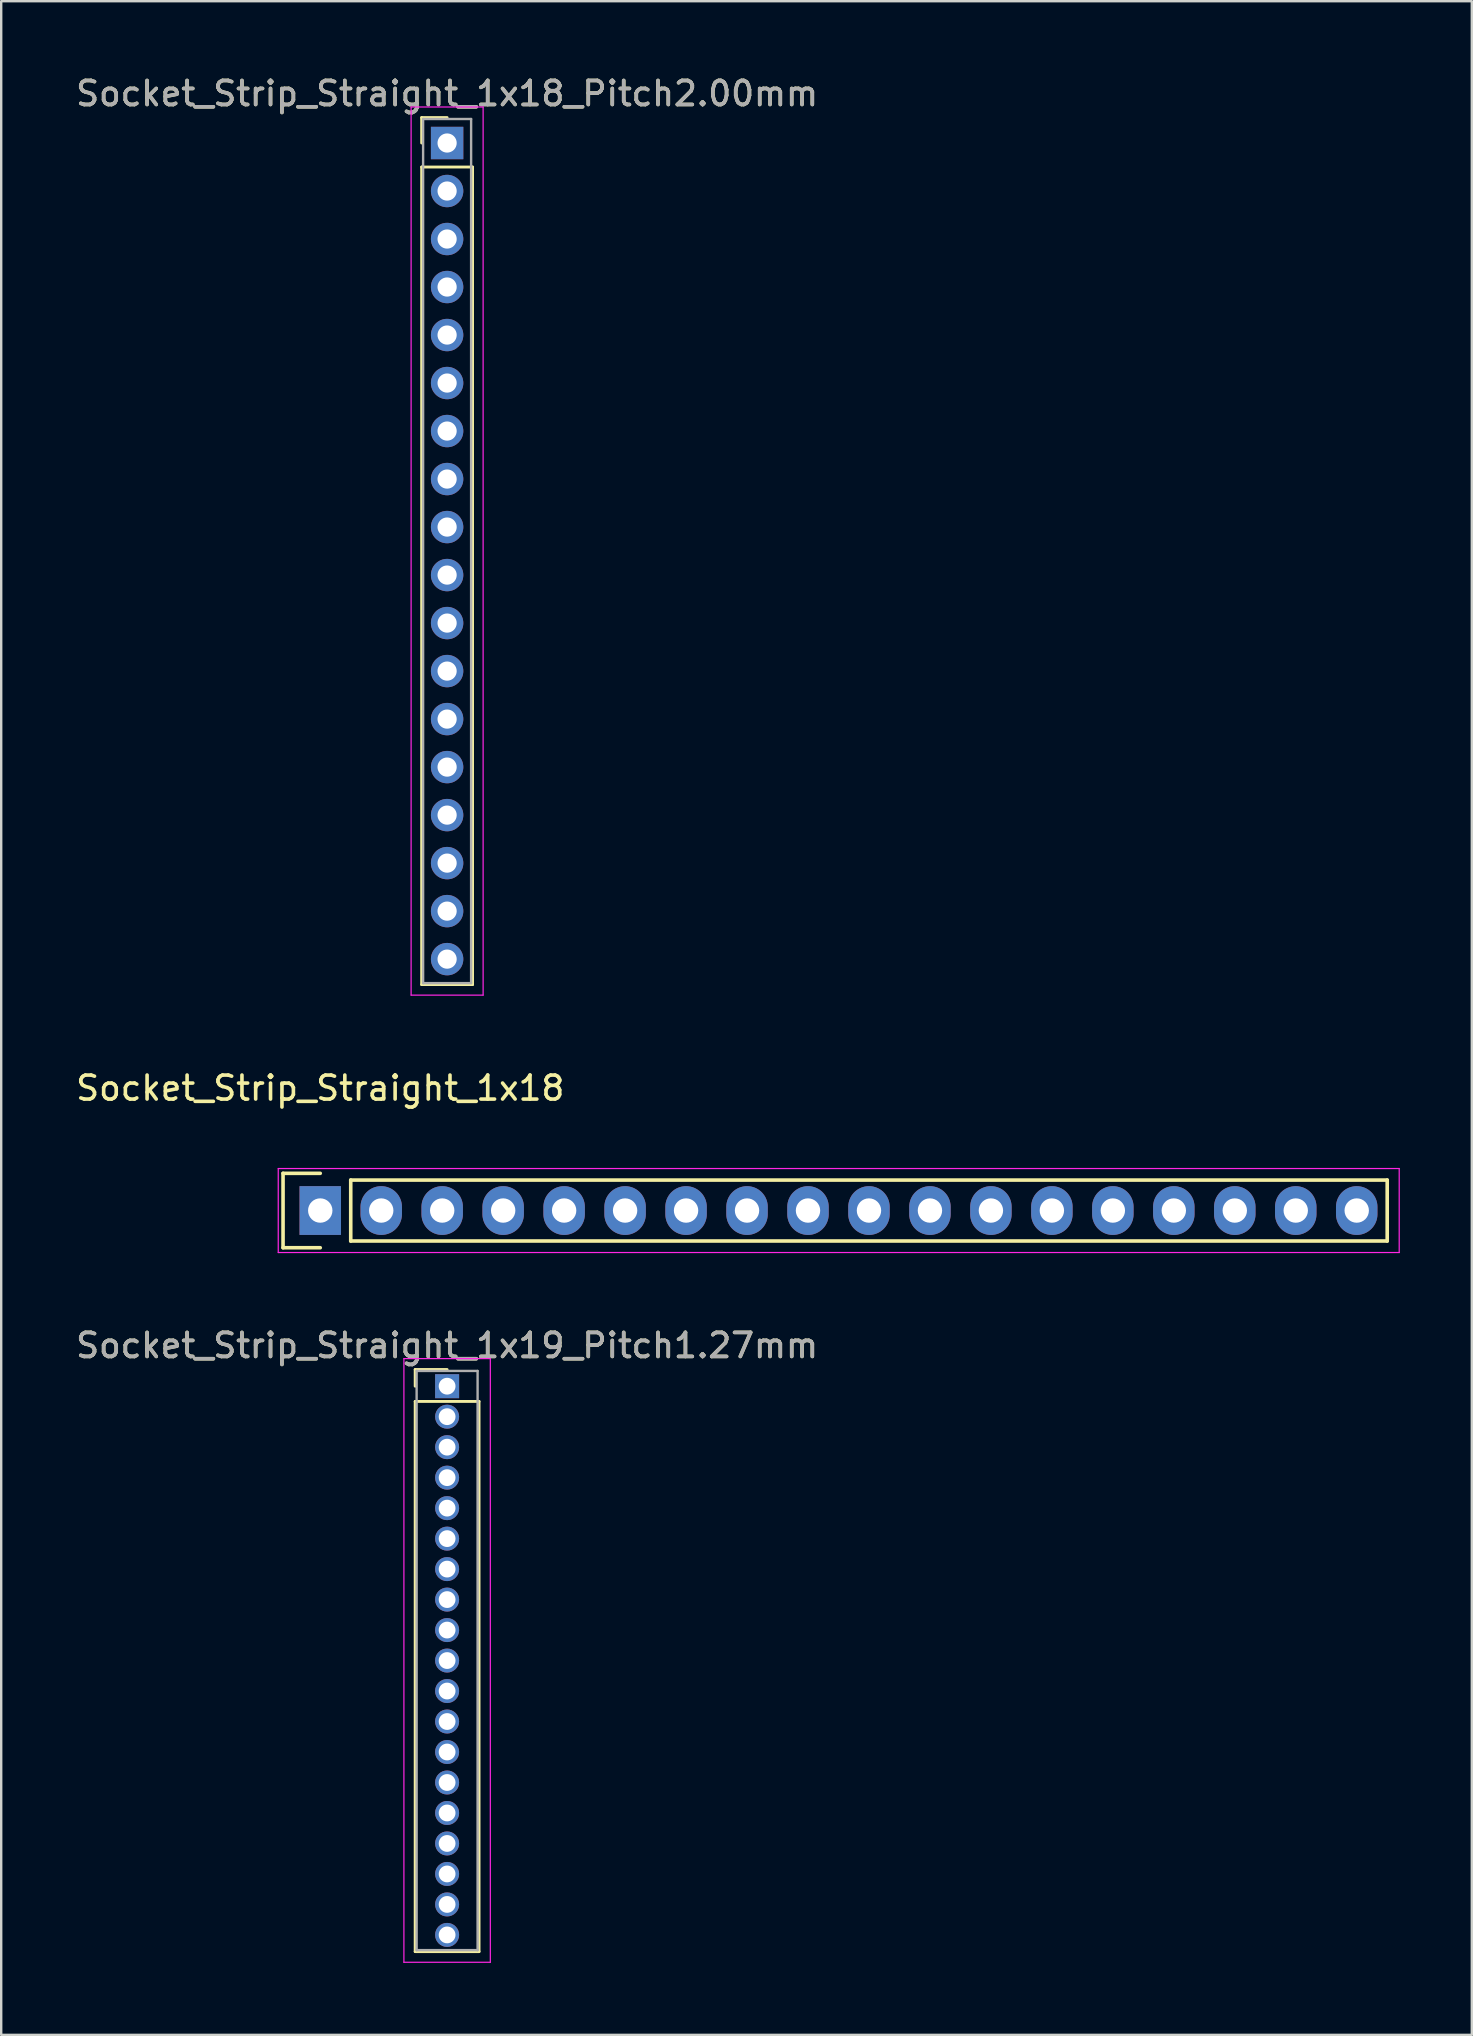
<source format=kicad_pcb>
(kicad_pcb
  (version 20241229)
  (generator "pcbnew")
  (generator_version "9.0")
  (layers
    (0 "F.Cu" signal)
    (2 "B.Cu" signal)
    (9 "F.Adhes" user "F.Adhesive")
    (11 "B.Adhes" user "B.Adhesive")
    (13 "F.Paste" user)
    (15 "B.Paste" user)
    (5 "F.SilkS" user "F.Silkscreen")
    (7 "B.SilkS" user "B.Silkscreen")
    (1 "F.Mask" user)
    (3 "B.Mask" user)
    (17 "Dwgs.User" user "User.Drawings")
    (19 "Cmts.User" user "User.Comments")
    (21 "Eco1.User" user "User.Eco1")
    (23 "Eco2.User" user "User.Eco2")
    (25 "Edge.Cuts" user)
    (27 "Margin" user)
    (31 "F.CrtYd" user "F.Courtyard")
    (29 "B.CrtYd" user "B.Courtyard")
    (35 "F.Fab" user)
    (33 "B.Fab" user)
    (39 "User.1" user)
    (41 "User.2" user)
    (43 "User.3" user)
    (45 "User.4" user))
  (footprint "Socket_Strip_Straight_1x19_Pitch1.27mm"
    (layer "F.Cu")
    (at 15.577 54.7)
    (property "Reference" "Socket_Strip_Straight_1x19_Pitch1.27mm" (at 0 -1.695 0) (layer "F.SilkS") (effects (font (size 1 1) (thickness 0.15))))
    (attr through_hole)
    (fp_line (start -1.33 -0.695) (end 0 -0.695) (stroke (width 0.12) (type solid)) (layer "F.SilkS"))
    (fp_line (start -1.33 0) (end -1.33 -0.695) (stroke (width 0.12) (type solid)) (layer "F.SilkS"))
    (fp_line (start -1.33 0.635) (end -1.33 23.555) (stroke (width 0.12) (type solid)) (layer "F.SilkS"))
    (fp_line (start -1.33 23.555) (end 1.33 23.555) (stroke (width 0.12) (type solid)) (layer "F.SilkS"))
    (fp_line (start 1.33 0.635) (end -1.33 0.635) (stroke (width 0.12) (type solid)) (layer "F.SilkS"))
    (fp_line (start 1.33 23.555) (end 1.33 0.635) (stroke (width 0.12) (type solid)) (layer "F.SilkS"))
    (fp_line (start -1.8 -1.15) (end -1.8 24) (stroke (width 0.05) (type solid)) (layer "F.CrtYd"))
    (fp_line (start -1.8 24) (end 1.8 24) (stroke (width 0.05) (type solid)) (layer "F.CrtYd"))
    (fp_line (start 1.8 -1.15) (end -1.8 -1.15) (stroke (width 0.05) (type solid)) (layer "F.CrtYd"))
    (fp_line (start 1.8 24) (end 1.8 -1.15) (stroke (width 0.05) (type solid)) (layer "F.CrtYd"))
    (fp_line (start -1.27 -0.635) (end -1.27 23.495) (stroke (width 0.1) (type solid)) (layer "F.Fab"))
    (fp_line (start -1.27 23.495) (end 1.27 23.495) (stroke (width 0.1) (type solid)) (layer "F.Fab"))
    (fp_line (start 1.27 -0.635) (end -1.27 -0.635) (stroke (width 0.1) (type solid)) (layer "F.Fab"))
    (fp_line (start 1.27 23.495) (end 1.27 -0.635) (stroke (width 0.1) (type solid)) (layer "F.Fab"))
    (fp_text user "${REFERENCE}" (at 0 -1.695 0) (layer "F.Fab") (effects (font (size 1 1) (thickness 0.15))))
    (pad "1" thru_hole rect (at 0 0) (size 1 1) (drill 0.7) (layers "*.Cu" "*.Mask"))
    (pad "2" thru_hole oval (at 0 1.27) (size 1 1) (drill 0.7) (layers "*.Cu" "*.Mask"))
    (pad "3" thru_hole oval (at 0 2.54) (size 1 1) (drill 0.7) (layers "*.Cu" "*.Mask"))
    (pad "4" thru_hole oval (at 0 3.81) (size 1 1) (drill 0.7) (layers "*.Cu" "*.Mask"))
    (pad "5" thru_hole oval (at 0 5.08) (size 1 1) (drill 0.7) (layers "*.Cu" "*.Mask"))
    (pad "6" thru_hole oval (at 0 6.35) (size 1 1) (drill 0.7) (layers "*.Cu" "*.Mask"))
    (pad "7" thru_hole oval (at 0 7.62) (size 1 1) (drill 0.7) (layers "*.Cu" "*.Mask"))
    (pad "8" thru_hole oval (at 0 8.89) (size 1 1) (drill 0.7) (layers "*.Cu" "*.Mask"))
    (pad "9" thru_hole oval (at 0 10.16) (size 1 1) (drill 0.7) (layers "*.Cu" "*.Mask"))
    (pad "10" thru_hole oval (at 0 11.43) (size 1 1) (drill 0.7) (layers "*.Cu" "*.Mask"))
    (pad "11" thru_hole oval (at 0 12.7) (size 1 1) (drill 0.7) (layers "*.Cu" "*.Mask"))
    (pad "12" thru_hole oval (at 0 13.97) (size 1 1) (drill 0.7) (layers "*.Cu" "*.Mask"))
    (pad "13" thru_hole oval (at 0 15.24) (size 1 1) (drill 0.7) (layers "*.Cu" "*.Mask"))
    (pad "14" thru_hole oval (at 0 16.51) (size 1 1) (drill 0.7) (layers "*.Cu" "*.Mask"))
    (pad "15" thru_hole oval (at 0 17.78) (size 1 1) (drill 0.7) (layers "*.Cu" "*.Mask"))
    (pad "16" thru_hole oval (at 0 19.05) (size 1 1) (drill 0.7) (layers "*.Cu" "*.Mask"))
    (pad "17" thru_hole oval (at 0 20.32) (size 1 1) (drill 0.7) (layers "*.Cu" "*.Mask"))
    (pad "18" thru_hole oval (at 0 21.59) (size 1 1) (drill 0.7) (layers "*.Cu" "*.Mask"))
    (pad "19" thru_hole oval (at 0 22.86) (size 1 1) (drill 0.7) (layers "*.Cu" "*.Mask")))
  (footprint "Socket_Strip_Straight_1x18"
    (layer "F.Cu")
    (at 10.292 47.382)
    (property "Reference" "Socket_Strip_Straight_1x18" (at 0 -5.1 0) (layer "F.SilkS") (effects (font (size 1 1) (thickness 0.15))))
    (attr through_hole)
    (fp_line (start -1.55 -1.55) (end -1.55 1.55) (stroke (width 0.15) (type solid)) (layer "F.SilkS"))
    (fp_line (start -1.55 1.55) (end 0 1.55) (stroke (width 0.15) (type solid)) (layer "F.SilkS"))
    (fp_line (start 0 -1.55) (end -1.55 -1.55) (stroke (width 0.15) (type solid)) (layer "F.SilkS"))
    (fp_line (start 1.27 1.27) (end 1.27 -1.27) (stroke (width 0.15) (type solid)) (layer "F.SilkS"))
    (fp_line (start 1.27 1.27) (end 44.45 1.27) (stroke (width 0.15) (type solid)) (layer "F.SilkS"))
    (fp_line (start 44.45 -1.27) (end 1.27 -1.27) (stroke (width 0.15) (type solid)) (layer "F.SilkS"))
    (fp_line (start 44.45 1.27) (end 44.45 -1.27) (stroke (width 0.15) (type solid)) (layer "F.SilkS"))
    (fp_line (start -1.75 -1.75) (end -1.75 1.75) (stroke (width 0.05) (type solid)) (layer "F.CrtYd"))
    (fp_line (start -1.75 -1.75) (end 44.95 -1.75) (stroke (width 0.05) (type solid)) (layer "F.CrtYd"))
    (fp_line (start -1.75 1.75) (end 44.95 1.75) (stroke (width 0.05) (type solid)) (layer "F.CrtYd"))
    (fp_line (start 44.95 -1.75) (end 44.95 1.75) (stroke (width 0.05) (type solid)) (layer "F.CrtYd"))
    (pad "1" thru_hole rect (at 0 0) (size 1.727 2.032) (drill 1.016) (layers "*.Cu" "*.Mask"))
    (pad "2" thru_hole oval (at 2.54 0) (size 1.727 2.032) (drill 1.016) (layers "*.Cu" "*.Mask"))
    (pad "3" thru_hole oval (at 5.08 0) (size 1.727 2.032) (drill 1.016) (layers "*.Cu" "*.Mask"))
    (pad "4" thru_hole oval (at 7.62 0) (size 1.727 2.032) (drill 1.016) (layers "*.Cu" "*.Mask"))
    (pad "5" thru_hole oval (at 10.16 0) (size 1.727 2.032) (drill 1.016) (layers "*.Cu" "*.Mask"))
    (pad "6" thru_hole oval (at 12.7 0) (size 1.727 2.032) (drill 1.016) (layers "*.Cu" "*.Mask"))
    (pad "7" thru_hole oval (at 15.24 0) (size 1.727 2.032) (drill 1.016) (layers "*.Cu" "*.Mask"))
    (pad "8" thru_hole oval (at 17.78 0) (size 1.727 2.032) (drill 1.016) (layers "*.Cu" "*.Mask"))
    (pad "9" thru_hole oval (at 20.32 0) (size 1.727 2.032) (drill 1.016) (layers "*.Cu" "*.Mask"))
    (pad "10" thru_hole oval (at 22.86 0) (size 1.727 2.032) (drill 1.016) (layers "*.Cu" "*.Mask"))
    (pad "11" thru_hole oval (at 25.4 0) (size 1.727 2.032) (drill 1.016) (layers "*.Cu" "*.Mask"))
    (pad "12" thru_hole oval (at 27.94 0) (size 1.727 2.032) (drill 1.016) (layers "*.Cu" "*.Mask"))
    (pad "13" thru_hole oval (at 30.48 0) (size 1.727 2.032) (drill 1.016) (layers "*.Cu" "*.Mask"))
    (pad "14" thru_hole oval (at 33.02 0) (size 1.727 2.032) (drill 1.016) (layers "*.Cu" "*.Mask"))
    (pad "15" thru_hole oval (at 35.56 0) (size 1.727 2.032) (drill 1.016) (layers "*.Cu" "*.Mask"))
    (pad "16" thru_hole oval (at 38.1 0) (size 1.727 2.032) (drill 1.016) (layers "*.Cu" "*.Mask"))
    (pad "17" thru_hole oval (at 40.64 0) (size 1.727 2.032) (drill 1.016) (layers "*.Cu" "*.Mask"))
    (pad "18" thru_hole oval (at 43.18 0) (size 1.727 2.032) (drill 1.016) (layers "*.Cu" "*.Mask")))
  (footprint "Socket_Strip_Straight_1x18_Pitch2.00mm"
    (layer "F.Cu")
    (at 15.577 2.908)
    (property "Reference" "Socket_Strip_Straight_1x18_Pitch2.00mm" (at 0 -2.06 0) (layer "F.SilkS") (effects (font (size 1 1) (thickness 0.15))))
    (attr through_hole)
    (fp_line (start -1.06 -1.06) (end 0 -1.06) (stroke (width 0.12) (type solid)) (layer "F.SilkS"))
    (fp_line (start -1.06 0) (end -1.06 -1.06) (stroke (width 0.12) (type solid)) (layer "F.SilkS"))
    (fp_line (start -1.06 1) (end -1.06 35.06) (stroke (width 0.12) (type solid)) (layer "F.SilkS"))
    (fp_line (start -1.06 35.06) (end 1.06 35.06) (stroke (width 0.12) (type solid)) (layer "F.SilkS"))
    (fp_line (start 1.06 1) (end -1.06 1) (stroke (width 0.12) (type solid)) (layer "F.SilkS"))
    (fp_line (start 1.06 35.06) (end 1.06 1) (stroke (width 0.12) (type solid)) (layer "F.SilkS"))
    (fp_line (start -1.5 -1.5) (end -1.5 35.5) (stroke (width 0.05) (type solid)) (layer "F.CrtYd"))
    (fp_line (start -1.5 35.5) (end 1.5 35.5) (stroke (width 0.05) (type solid)) (layer "F.CrtYd"))
    (fp_line (start 1.5 -1.5) (end -1.5 -1.5) (stroke (width 0.05) (type solid)) (layer "F.CrtYd"))
    (fp_line (start 1.5 35.5) (end 1.5 -1.5) (stroke (width 0.05) (type solid)) (layer "F.CrtYd"))
    (fp_line (start -1 -1) (end -1 35) (stroke (width 0.1) (type solid)) (layer "F.Fab"))
    (fp_line (start -1 35) (end 1 35) (stroke (width 0.1) (type solid)) (layer "F.Fab"))
    (fp_line (start 1 -1) (end -1 -1) (stroke (width 0.1) (type solid)) (layer "F.Fab"))
    (fp_line (start 1 35) (end 1 -1) (stroke (width 0.1) (type solid)) (layer "F.Fab"))
    (fp_text user "${REFERENCE}" (at 0 -2.06 0) (layer "F.Fab") (effects (font (size 1 1) (thickness 0.15))))
    (pad "1" thru_hole rect (at 0 0) (size 1.35 1.35) (drill 0.8) (layers "*.Cu" "*.Mask"))
    (pad "2" thru_hole oval (at 0 2) (size 1.35 1.35) (drill 0.8) (layers "*.Cu" "*.Mask"))
    (pad "3" thru_hole oval (at 0 4) (size 1.35 1.35) (drill 0.8) (layers "*.Cu" "*.Mask"))
    (pad "4" thru_hole oval (at 0 6) (size 1.35 1.35) (drill 0.8) (layers "*.Cu" "*.Mask"))
    (pad "5" thru_hole oval (at 0 8) (size 1.35 1.35) (drill 0.8) (layers "*.Cu" "*.Mask"))
    (pad "6" thru_hole oval (at 0 10) (size 1.35 1.35) (drill 0.8) (layers "*.Cu" "*.Mask"))
    (pad "7" thru_hole oval (at 0 12) (size 1.35 1.35) (drill 0.8) (layers "*.Cu" "*.Mask"))
    (pad "8" thru_hole oval (at 0 14) (size 1.35 1.35) (drill 0.8) (layers "*.Cu" "*.Mask"))
    (pad "9" thru_hole oval (at 0 16) (size 1.35 1.35) (drill 0.8) (layers "*.Cu" "*.Mask"))
    (pad "10" thru_hole oval (at 0 18) (size 1.35 1.35) (drill 0.8) (layers "*.Cu" "*.Mask"))
    (pad "11" thru_hole oval (at 0 20) (size 1.35 1.35) (drill 0.8) (layers "*.Cu" "*.Mask"))
    (pad "12" thru_hole oval (at 0 22) (size 1.35 1.35) (drill 0.8) (layers "*.Cu" "*.Mask"))
    (pad "13" thru_hole oval (at 0 24) (size 1.35 1.35) (drill 0.8) (layers "*.Cu" "*.Mask"))
    (pad "14" thru_hole oval (at 0 26) (size 1.35 1.35) (drill 0.8) (layers "*.Cu" "*.Mask"))
    (pad "15" thru_hole oval (at 0 28) (size 1.35 1.35) (drill 0.8) (layers "*.Cu" "*.Mask"))
    (pad "16" thru_hole oval (at 0 30) (size 1.35 1.35) (drill 0.8) (layers "*.Cu" "*.Mask"))
    (pad "17" thru_hole oval (at 0 32) (size 1.35 1.35) (drill 0.8) (layers "*.Cu" "*.Mask"))
    (pad "18" thru_hole oval (at 0 34) (size 1.35 1.35) (drill 0.8) (layers "*.Cu" "*.Mask")))
  (gr_rect
    (start -3 -3)
    (end 58.267 81.725)
    (stroke (width 0.1) (type default))
    (fill no)
    (layer "Edge.Cuts")))
</source>
